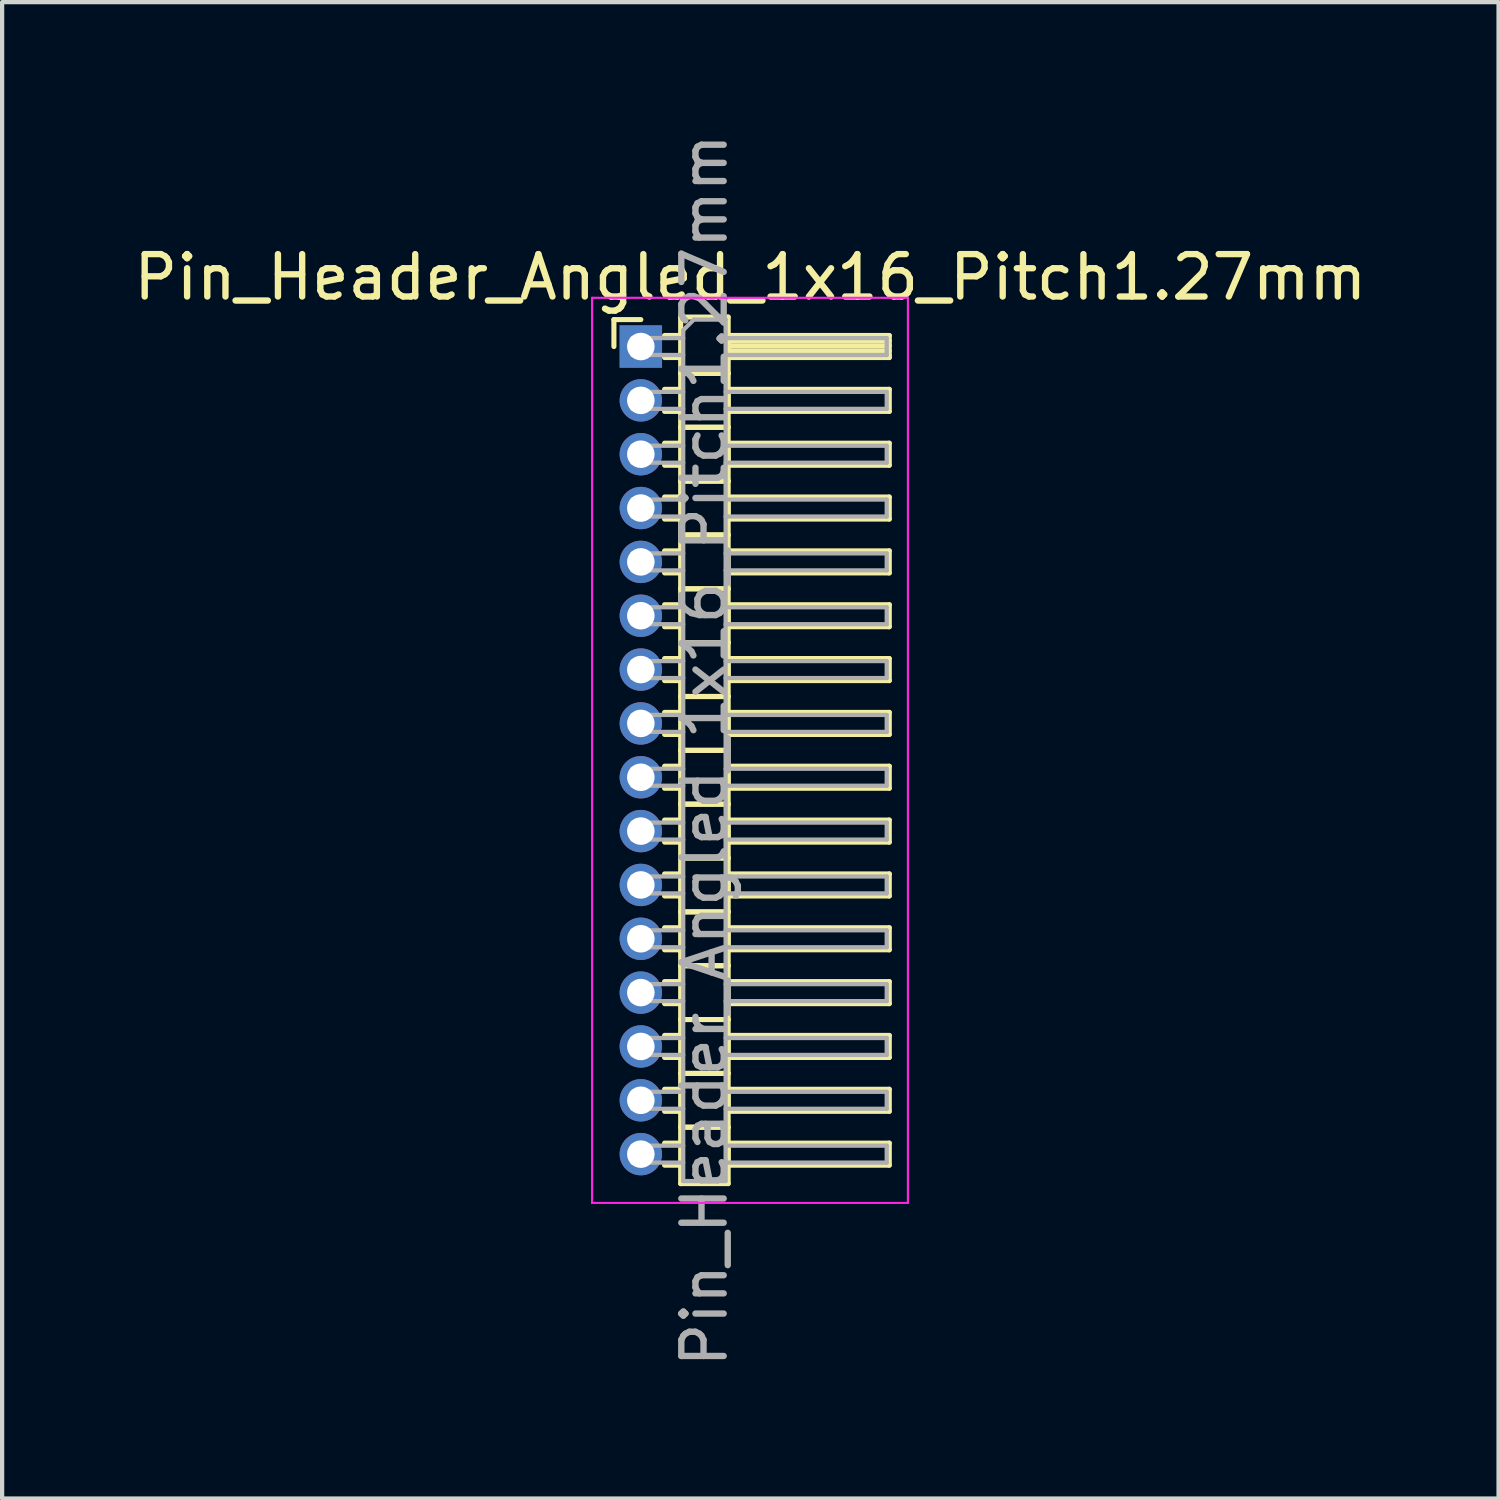
<source format=kicad_pcb>
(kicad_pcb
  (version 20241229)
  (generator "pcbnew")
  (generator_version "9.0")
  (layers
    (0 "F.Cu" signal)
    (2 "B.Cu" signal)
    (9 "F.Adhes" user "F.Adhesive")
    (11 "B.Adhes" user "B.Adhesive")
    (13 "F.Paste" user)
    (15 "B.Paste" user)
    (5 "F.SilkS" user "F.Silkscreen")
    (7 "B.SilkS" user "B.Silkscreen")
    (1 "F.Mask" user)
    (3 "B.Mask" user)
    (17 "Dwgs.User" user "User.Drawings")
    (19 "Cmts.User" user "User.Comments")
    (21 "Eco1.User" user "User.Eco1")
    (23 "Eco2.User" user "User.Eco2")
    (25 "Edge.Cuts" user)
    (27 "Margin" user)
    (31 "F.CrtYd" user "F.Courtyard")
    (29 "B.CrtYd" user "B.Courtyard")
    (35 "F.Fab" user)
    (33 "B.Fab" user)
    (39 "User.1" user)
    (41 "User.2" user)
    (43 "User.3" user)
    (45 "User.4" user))
  (footprint "Pin_Header_Angled_1x16_Pitch1.27mm"
    (layer "F.Cu")
    (at 12.066 5.124)
    (property "Reference" "Pin_Header_Angled_1x16_Pitch1.27mm" (at 2.583 -1.635 0) (layer "F.SilkS") (effects (font (size 1 1) (thickness 0.15))))
    (attr through_hole)
    (fp_line (start -0.635 -0.635) (end 0 -0.635) (stroke (width 0.12) (type solid)) (layer "F.SilkS"))
    (fp_line (start -0.635 0) (end -0.635 -0.635) (stroke (width 0.12) (type solid)) (layer "F.SilkS"))
    (fp_line (start 0.56 -0.26) (end 0.94 -0.26) (stroke (width 0.12) (type solid)) (layer "F.SilkS"))
    (fp_line (start 0.56 0.26) (end 0.94 0.26) (stroke (width 0.12) (type solid)) (layer "F.SilkS"))
    (fp_line (start 0.56 1.01) (end 0.94 1.01) (stroke (width 0.12) (type solid)) (layer "F.SilkS"))
    (fp_line (start 0.56 1.53) (end 0.94 1.53) (stroke (width 0.12) (type solid)) (layer "F.SilkS"))
    (fp_line (start 0.56 2.28) (end 0.94 2.28) (stroke (width 0.12) (type solid)) (layer "F.SilkS"))
    (fp_line (start 0.56 2.8) (end 0.94 2.8) (stroke (width 0.12) (type solid)) (layer "F.SilkS"))
    (fp_line (start 0.56 3.55) (end 0.94 3.55) (stroke (width 0.12) (type solid)) (layer "F.SilkS"))
    (fp_line (start 0.56 4.07) (end 0.94 4.07) (stroke (width 0.12) (type solid)) (layer "F.SilkS"))
    (fp_line (start 0.56 4.82) (end 0.94 4.82) (stroke (width 0.12) (type solid)) (layer "F.SilkS"))
    (fp_line (start 0.56 5.34) (end 0.94 5.34) (stroke (width 0.12) (type solid)) (layer "F.SilkS"))
    (fp_line (start 0.56 6.09) (end 0.94 6.09) (stroke (width 0.12) (type solid)) (layer "F.SilkS"))
    (fp_line (start 0.56 6.61) (end 0.94 6.61) (stroke (width 0.12) (type solid)) (layer "F.SilkS"))
    (fp_line (start 0.56 7.36) (end 0.94 7.36) (stroke (width 0.12) (type solid)) (layer "F.SilkS"))
    (fp_line (start 0.56 7.88) (end 0.94 7.88) (stroke (width 0.12) (type solid)) (layer "F.SilkS"))
    (fp_line (start 0.56 8.63) (end 0.94 8.63) (stroke (width 0.12) (type solid)) (layer "F.SilkS"))
    (fp_line (start 0.56 9.15) (end 0.94 9.15) (stroke (width 0.12) (type solid)) (layer "F.SilkS"))
    (fp_line (start 0.56 9.9) (end 0.94 9.9) (stroke (width 0.12) (type solid)) (layer "F.SilkS"))
    (fp_line (start 0.56 10.42) (end 0.94 10.42) (stroke (width 0.12) (type solid)) (layer "F.SilkS"))
    (fp_line (start 0.56 11.17) (end 0.94 11.17) (stroke (width 0.12) (type solid)) (layer "F.SilkS"))
    (fp_line (start 0.56 11.69) (end 0.94 11.69) (stroke (width 0.12) (type solid)) (layer "F.SilkS"))
    (fp_line (start 0.56 12.44) (end 0.94 12.44) (stroke (width 0.12) (type solid)) (layer "F.SilkS"))
    (fp_line (start 0.56 12.96) (end 0.94 12.96) (stroke (width 0.12) (type solid)) (layer "F.SilkS"))
    (fp_line (start 0.56 13.71) (end 0.94 13.71) (stroke (width 0.12) (type solid)) (layer "F.SilkS"))
    (fp_line (start 0.56 14.23) (end 0.94 14.23) (stroke (width 0.12) (type solid)) (layer "F.SilkS"))
    (fp_line (start 0.56 14.98) (end 0.94 14.98) (stroke (width 0.12) (type solid)) (layer "F.SilkS"))
    (fp_line (start 0.56 15.5) (end 0.94 15.5) (stroke (width 0.12) (type solid)) (layer "F.SilkS"))
    (fp_line (start 0.56 16.25) (end 0.94 16.25) (stroke (width 0.12) (type solid)) (layer "F.SilkS"))
    (fp_line (start 0.56 16.77) (end 0.94 16.77) (stroke (width 0.12) (type solid)) (layer "F.SilkS"))
    (fp_line (start 0.56 17.52) (end 0.94 17.52) (stroke (width 0.12) (type solid)) (layer "F.SilkS"))
    (fp_line (start 0.56 18.04) (end 0.94 18.04) (stroke (width 0.12) (type solid)) (layer "F.SilkS"))
    (fp_line (start 0.56 18.79) (end 0.94 18.79) (stroke (width 0.12) (type solid)) (layer "F.SilkS"))
    (fp_line (start 0.56 19.31) (end 0.94 19.31) (stroke (width 0.12) (type solid)) (layer "F.SilkS"))
    (fp_line (start 0.94 -0.695) (end 0.94 0.635) (stroke (width 0.12) (type solid)) (layer "F.SilkS"))
    (fp_line (start 0.94 0.635) (end 0.94 1.905) (stroke (width 0.12) (type solid)) (layer "F.SilkS"))
    (fp_line (start 0.94 0.635) (end 2.06 0.635) (stroke (width 0.12) (type solid)) (layer "F.SilkS"))
    (fp_line (start 0.94 1.905) (end 0.94 3.175) (stroke (width 0.12) (type solid)) (layer "F.SilkS"))
    (fp_line (start 0.94 1.905) (end 2.06 1.905) (stroke (width 0.12) (type solid)) (layer "F.SilkS"))
    (fp_line (start 0.94 3.175) (end 0.94 4.445) (stroke (width 0.12) (type solid)) (layer "F.SilkS"))
    (fp_line (start 0.94 3.175) (end 2.06 3.175) (stroke (width 0.12) (type solid)) (layer "F.SilkS"))
    (fp_line (start 0.94 4.445) (end 0.94 5.715) (stroke (width 0.12) (type solid)) (layer "F.SilkS"))
    (fp_line (start 0.94 4.445) (end 2.06 4.445) (stroke (width 0.12) (type solid)) (layer "F.SilkS"))
    (fp_line (start 0.94 5.715) (end 0.94 6.985) (stroke (width 0.12) (type solid)) (layer "F.SilkS"))
    (fp_line (start 0.94 5.715) (end 2.06 5.715) (stroke (width 0.12) (type solid)) (layer "F.SilkS"))
    (fp_line (start 0.94 6.985) (end 0.94 8.255) (stroke (width 0.12) (type solid)) (layer "F.SilkS"))
    (fp_line (start 0.94 6.985) (end 2.06 6.985) (stroke (width 0.12) (type solid)) (layer "F.SilkS"))
    (fp_line (start 0.94 8.255) (end 0.94 9.525) (stroke (width 0.12) (type solid)) (layer "F.SilkS"))
    (fp_line (start 0.94 8.255) (end 2.06 8.255) (stroke (width 0.12) (type solid)) (layer "F.SilkS"))
    (fp_line (start 0.94 9.525) (end 0.94 10.795) (stroke (width 0.12) (type solid)) (layer "F.SilkS"))
    (fp_line (start 0.94 9.525) (end 2.06 9.525) (stroke (width 0.12) (type solid)) (layer "F.SilkS"))
    (fp_line (start 0.94 10.795) (end 0.94 12.065) (stroke (width 0.12) (type solid)) (layer "F.SilkS"))
    (fp_line (start 0.94 10.795) (end 2.06 10.795) (stroke (width 0.12) (type solid)) (layer "F.SilkS"))
    (fp_line (start 0.94 12.065) (end 0.94 13.335) (stroke (width 0.12) (type solid)) (layer "F.SilkS"))
    (fp_line (start 0.94 12.065) (end 2.06 12.065) (stroke (width 0.12) (type solid)) (layer "F.SilkS"))
    (fp_line (start 0.94 13.335) (end 0.94 14.605) (stroke (width 0.12) (type solid)) (layer "F.SilkS"))
    (fp_line (start 0.94 13.335) (end 2.06 13.335) (stroke (width 0.12) (type solid)) (layer "F.SilkS"))
    (fp_line (start 0.94 14.605) (end 0.94 15.875) (stroke (width 0.12) (type solid)) (layer "F.SilkS"))
    (fp_line (start 0.94 14.605) (end 2.06 14.605) (stroke (width 0.12) (type solid)) (layer "F.SilkS"))
    (fp_line (start 0.94 15.875) (end 0.94 17.145) (stroke (width 0.12) (type solid)) (layer "F.SilkS"))
    (fp_line (start 0.94 15.875) (end 2.06 15.875) (stroke (width 0.12) (type solid)) (layer "F.SilkS"))
    (fp_line (start 0.94 17.145) (end 0.94 18.415) (stroke (width 0.12) (type solid)) (layer "F.SilkS"))
    (fp_line (start 0.94 17.145) (end 2.06 17.145) (stroke (width 0.12) (type solid)) (layer "F.SilkS"))
    (fp_line (start 0.94 18.415) (end 0.94 19.745) (stroke (width 0.12) (type solid)) (layer "F.SilkS"))
    (fp_line (start 0.94 18.415) (end 2.06 18.415) (stroke (width 0.12) (type solid)) (layer "F.SilkS"))
    (fp_line (start 0.94 19.745) (end 2.06 19.745) (stroke (width 0.12) (type solid)) (layer "F.SilkS"))
    (fp_line (start 2.06 -0.695) (end 0.94 -0.695) (stroke (width 0.12) (type solid)) (layer "F.SilkS"))
    (fp_line (start 2.06 -0.26) (end 2.06 0.26) (stroke (width 0.12) (type solid)) (layer "F.SilkS"))
    (fp_line (start 2.06 -0.14) (end 5.86 -0.14) (stroke (width 0.12) (type solid)) (layer "F.SilkS"))
    (fp_line (start 2.06 -0.02) (end 5.86 -0.02) (stroke (width 0.12) (type solid)) (layer "F.SilkS"))
    (fp_line (start 2.06 0.1) (end 5.86 0.1) (stroke (width 0.12) (type solid)) (layer "F.SilkS"))
    (fp_line (start 2.06 0.22) (end 5.86 0.22) (stroke (width 0.12) (type solid)) (layer "F.SilkS"))
    (fp_line (start 2.06 0.26) (end 5.86 0.26) (stroke (width 0.12) (type solid)) (layer "F.SilkS"))
    (fp_line (start 2.06 0.635) (end 0.94 0.635) (stroke (width 0.12) (type solid)) (layer "F.SilkS"))
    (fp_line (start 2.06 0.635) (end 2.06 -0.695) (stroke (width 0.12) (type solid)) (layer "F.SilkS"))
    (fp_line (start 2.06 1.01) (end 2.06 1.53) (stroke (width 0.12) (type solid)) (layer "F.SilkS"))
    (fp_line (start 2.06 1.53) (end 5.86 1.53) (stroke (width 0.12) (type solid)) (layer "F.SilkS"))
    (fp_line (start 2.06 1.905) (end 0.94 1.905) (stroke (width 0.12) (type solid)) (layer "F.SilkS"))
    (fp_line (start 2.06 1.905) (end 2.06 0.635) (stroke (width 0.12) (type solid)) (layer "F.SilkS"))
    (fp_line (start 2.06 2.28) (end 2.06 2.8) (stroke (width 0.12) (type solid)) (layer "F.SilkS"))
    (fp_line (start 2.06 2.8) (end 5.86 2.8) (stroke (width 0.12) (type solid)) (layer "F.SilkS"))
    (fp_line (start 2.06 3.175) (end 0.94 3.175) (stroke (width 0.12) (type solid)) (layer "F.SilkS"))
    (fp_line (start 2.06 3.175) (end 2.06 1.905) (stroke (width 0.12) (type solid)) (layer "F.SilkS"))
    (fp_line (start 2.06 3.55) (end 2.06 4.07) (stroke (width 0.12) (type solid)) (layer "F.SilkS"))
    (fp_line (start 2.06 4.07) (end 5.86 4.07) (stroke (width 0.12) (type solid)) (layer "F.SilkS"))
    (fp_line (start 2.06 4.445) (end 0.94 4.445) (stroke (width 0.12) (type solid)) (layer "F.SilkS"))
    (fp_line (start 2.06 4.445) (end 2.06 3.175) (stroke (width 0.12) (type solid)) (layer "F.SilkS"))
    (fp_line (start 2.06 4.82) (end 2.06 5.34) (stroke (width 0.12) (type solid)) (layer "F.SilkS"))
    (fp_line (start 2.06 5.34) (end 5.86 5.34) (stroke (width 0.12) (type solid)) (layer "F.SilkS"))
    (fp_line (start 2.06 5.715) (end 0.94 5.715) (stroke (width 0.12) (type solid)) (layer "F.SilkS"))
    (fp_line (start 2.06 5.715) (end 2.06 4.445) (stroke (width 0.12) (type solid)) (layer "F.SilkS"))
    (fp_line (start 2.06 6.09) (end 2.06 6.61) (stroke (width 0.12) (type solid)) (layer "F.SilkS"))
    (fp_line (start 2.06 6.61) (end 5.86 6.61) (stroke (width 0.12) (type solid)) (layer "F.SilkS"))
    (fp_line (start 2.06 6.985) (end 0.94 6.985) (stroke (width 0.12) (type solid)) (layer "F.SilkS"))
    (fp_line (start 2.06 6.985) (end 2.06 5.715) (stroke (width 0.12) (type solid)) (layer "F.SilkS"))
    (fp_line (start 2.06 7.36) (end 2.06 7.88) (stroke (width 0.12) (type solid)) (layer "F.SilkS"))
    (fp_line (start 2.06 7.88) (end 5.86 7.88) (stroke (width 0.12) (type solid)) (layer "F.SilkS"))
    (fp_line (start 2.06 8.255) (end 0.94 8.255) (stroke (width 0.12) (type solid)) (layer "F.SilkS"))
    (fp_line (start 2.06 8.255) (end 2.06 6.985) (stroke (width 0.12) (type solid)) (layer "F.SilkS"))
    (fp_line (start 2.06 8.63) (end 2.06 9.15) (stroke (width 0.12) (type solid)) (layer "F.SilkS"))
    (fp_line (start 2.06 9.15) (end 5.86 9.15) (stroke (width 0.12) (type solid)) (layer "F.SilkS"))
    (fp_line (start 2.06 9.525) (end 0.94 9.525) (stroke (width 0.12) (type solid)) (layer "F.SilkS"))
    (fp_line (start 2.06 9.525) (end 2.06 8.255) (stroke (width 0.12) (type solid)) (layer "F.SilkS"))
    (fp_line (start 2.06 9.9) (end 2.06 10.42) (stroke (width 0.12) (type solid)) (layer "F.SilkS"))
    (fp_line (start 2.06 10.42) (end 5.86 10.42) (stroke (width 0.12) (type solid)) (layer "F.SilkS"))
    (fp_line (start 2.06 10.795) (end 0.94 10.795) (stroke (width 0.12) (type solid)) (layer "F.SilkS"))
    (fp_line (start 2.06 10.795) (end 2.06 9.525) (stroke (width 0.12) (type solid)) (layer "F.SilkS"))
    (fp_line (start 2.06 11.17) (end 2.06 11.69) (stroke (width 0.12) (type solid)) (layer "F.SilkS"))
    (fp_line (start 2.06 11.69) (end 5.86 11.69) (stroke (width 0.12) (type solid)) (layer "F.SilkS"))
    (fp_line (start 2.06 12.065) (end 0.94 12.065) (stroke (width 0.12) (type solid)) (layer "F.SilkS"))
    (fp_line (start 2.06 12.065) (end 2.06 10.795) (stroke (width 0.12) (type solid)) (layer "F.SilkS"))
    (fp_line (start 2.06 12.44) (end 2.06 12.96) (stroke (width 0.12) (type solid)) (layer "F.SilkS"))
    (fp_line (start 2.06 12.96) (end 5.86 12.96) (stroke (width 0.12) (type solid)) (layer "F.SilkS"))
    (fp_line (start 2.06 13.335) (end 0.94 13.335) (stroke (width 0.12) (type solid)) (layer "F.SilkS"))
    (fp_line (start 2.06 13.335) (end 2.06 12.065) (stroke (width 0.12) (type solid)) (layer "F.SilkS"))
    (fp_line (start 2.06 13.71) (end 2.06 14.23) (stroke (width 0.12) (type solid)) (layer "F.SilkS"))
    (fp_line (start 2.06 14.23) (end 5.86 14.23) (stroke (width 0.12) (type solid)) (layer "F.SilkS"))
    (fp_line (start 2.06 14.605) (end 0.94 14.605) (stroke (width 0.12) (type solid)) (layer "F.SilkS"))
    (fp_line (start 2.06 14.605) (end 2.06 13.335) (stroke (width 0.12) (type solid)) (layer "F.SilkS"))
    (fp_line (start 2.06 14.98) (end 2.06 15.5) (stroke (width 0.12) (type solid)) (layer "F.SilkS"))
    (fp_line (start 2.06 15.5) (end 5.86 15.5) (stroke (width 0.12) (type solid)) (layer "F.SilkS"))
    (fp_line (start 2.06 15.875) (end 0.94 15.875) (stroke (width 0.12) (type solid)) (layer "F.SilkS"))
    (fp_line (start 2.06 15.875) (end 2.06 14.605) (stroke (width 0.12) (type solid)) (layer "F.SilkS"))
    (fp_line (start 2.06 16.25) (end 2.06 16.77) (stroke (width 0.12) (type solid)) (layer "F.SilkS"))
    (fp_line (start 2.06 16.77) (end 5.86 16.77) (stroke (width 0.12) (type solid)) (layer "F.SilkS"))
    (fp_line (start 2.06 17.145) (end 0.94 17.145) (stroke (width 0.12) (type solid)) (layer "F.SilkS"))
    (fp_line (start 2.06 17.145) (end 2.06 15.875) (stroke (width 0.12) (type solid)) (layer "F.SilkS"))
    (fp_line (start 2.06 17.52) (end 2.06 18.04) (stroke (width 0.12) (type solid)) (layer "F.SilkS"))
    (fp_line (start 2.06 18.04) (end 5.86 18.04) (stroke (width 0.12) (type solid)) (layer "F.SilkS"))
    (fp_line (start 2.06 18.415) (end 0.94 18.415) (stroke (width 0.12) (type solid)) (layer "F.SilkS"))
    (fp_line (start 2.06 18.415) (end 2.06 17.145) (stroke (width 0.12) (type solid)) (layer "F.SilkS"))
    (fp_line (start 2.06 18.79) (end 2.06 19.31) (stroke (width 0.12) (type solid)) (layer "F.SilkS"))
    (fp_line (start 2.06 19.31) (end 5.86 19.31) (stroke (width 0.12) (type solid)) (layer "F.SilkS"))
    (fp_line (start 2.06 19.745) (end 2.06 18.415) (stroke (width 0.12) (type solid)) (layer "F.SilkS"))
    (fp_line (start 5.86 -0.26) (end 2.06 -0.26) (stroke (width 0.12) (type solid)) (layer "F.SilkS"))
    (fp_line (start 5.86 0.26) (end 5.86 -0.26) (stroke (width 0.12) (type solid)) (layer "F.SilkS"))
    (fp_line (start 5.86 1.01) (end 2.06 1.01) (stroke (width 0.12) (type solid)) (layer "F.SilkS"))
    (fp_line (start 5.86 1.53) (end 5.86 1.01) (stroke (width 0.12) (type solid)) (layer "F.SilkS"))
    (fp_line (start 5.86 2.28) (end 2.06 2.28) (stroke (width 0.12) (type solid)) (layer "F.SilkS"))
    (fp_line (start 5.86 2.8) (end 5.86 2.28) (stroke (width 0.12) (type solid)) (layer "F.SilkS"))
    (fp_line (start 5.86 3.55) (end 2.06 3.55) (stroke (width 0.12) (type solid)) (layer "F.SilkS"))
    (fp_line (start 5.86 4.07) (end 5.86 3.55) (stroke (width 0.12) (type solid)) (layer "F.SilkS"))
    (fp_line (start 5.86 4.82) (end 2.06 4.82) (stroke (width 0.12) (type solid)) (layer "F.SilkS"))
    (fp_line (start 5.86 5.34) (end 5.86 4.82) (stroke (width 0.12) (type solid)) (layer "F.SilkS"))
    (fp_line (start 5.86 6.09) (end 2.06 6.09) (stroke (width 0.12) (type solid)) (layer "F.SilkS"))
    (fp_line (start 5.86 6.61) (end 5.86 6.09) (stroke (width 0.12) (type solid)) (layer "F.SilkS"))
    (fp_line (start 5.86 7.36) (end 2.06 7.36) (stroke (width 0.12) (type solid)) (layer "F.SilkS"))
    (fp_line (start 5.86 7.88) (end 5.86 7.36) (stroke (width 0.12) (type solid)) (layer "F.SilkS"))
    (fp_line (start 5.86 8.63) (end 2.06 8.63) (stroke (width 0.12) (type solid)) (layer "F.SilkS"))
    (fp_line (start 5.86 9.15) (end 5.86 8.63) (stroke (width 0.12) (type solid)) (layer "F.SilkS"))
    (fp_line (start 5.86 9.9) (end 2.06 9.9) (stroke (width 0.12) (type solid)) (layer "F.SilkS"))
    (fp_line (start 5.86 10.42) (end 5.86 9.9) (stroke (width 0.12) (type solid)) (layer "F.SilkS"))
    (fp_line (start 5.86 11.17) (end 2.06 11.17) (stroke (width 0.12) (type solid)) (layer "F.SilkS"))
    (fp_line (start 5.86 11.69) (end 5.86 11.17) (stroke (width 0.12) (type solid)) (layer "F.SilkS"))
    (fp_line (start 5.86 12.44) (end 2.06 12.44) (stroke (width 0.12) (type solid)) (layer "F.SilkS"))
    (fp_line (start 5.86 12.96) (end 5.86 12.44) (stroke (width 0.12) (type solid)) (layer "F.SilkS"))
    (fp_line (start 5.86 13.71) (end 2.06 13.71) (stroke (width 0.12) (type solid)) (layer "F.SilkS"))
    (fp_line (start 5.86 14.23) (end 5.86 13.71) (stroke (width 0.12) (type solid)) (layer "F.SilkS"))
    (fp_line (start 5.86 14.98) (end 2.06 14.98) (stroke (width 0.12) (type solid)) (layer "F.SilkS"))
    (fp_line (start 5.86 15.5) (end 5.86 14.98) (stroke (width 0.12) (type solid)) (layer "F.SilkS"))
    (fp_line (start 5.86 16.25) (end 2.06 16.25) (stroke (width 0.12) (type solid)) (layer "F.SilkS"))
    (fp_line (start 5.86 16.77) (end 5.86 16.25) (stroke (width 0.12) (type solid)) (layer "F.SilkS"))
    (fp_line (start 5.86 17.52) (end 2.06 17.52) (stroke (width 0.12) (type solid)) (layer "F.SilkS"))
    (fp_line (start 5.86 18.04) (end 5.86 17.52) (stroke (width 0.12) (type solid)) (layer "F.SilkS"))
    (fp_line (start 5.86 18.79) (end 2.06 18.79) (stroke (width 0.12) (type solid)) (layer "F.SilkS"))
    (fp_line (start 5.86 19.31) (end 5.86 18.79) (stroke (width 0.12) (type solid)) (layer "F.SilkS"))
    (fp_line (start -1.15 -1.15) (end -1.15 20.2) (stroke (width 0.05) (type solid)) (layer "F.CrtYd"))
    (fp_line (start -1.15 20.2) (end 6.3 20.2) (stroke (width 0.05) (type solid)) (layer "F.CrtYd"))
    (fp_line (start 6.3 -1.15) (end -1.15 -1.15) (stroke (width 0.05) (type solid)) (layer "F.CrtYd"))
    (fp_line (start 6.3 20.2) (end 6.3 -1.15) (stroke (width 0.05) (type solid)) (layer "F.CrtYd"))
    (fp_line (start -0.2 -0.2) (end -0.2 0.2) (stroke (width 0.1) (type solid)) (layer "F.Fab"))
    (fp_line (start -0.2 -0.2) (end 1 -0.2) (stroke (width 0.1) (type solid)) (layer "F.Fab"))
    (fp_line (start -0.2 0.2) (end 1 0.2) (stroke (width 0.1) (type solid)) (layer "F.Fab"))
    (fp_line (start -0.2 1.07) (end -0.2 1.47) (stroke (width 0.1) (type solid)) (layer "F.Fab"))
    (fp_line (start -0.2 1.07) (end 1 1.07) (stroke (width 0.1) (type solid)) (layer "F.Fab"))
    (fp_line (start -0.2 1.47) (end 1 1.47) (stroke (width 0.1) (type solid)) (layer "F.Fab"))
    (fp_line (start -0.2 2.34) (end -0.2 2.74) (stroke (width 0.1) (type solid)) (layer "F.Fab"))
    (fp_line (start -0.2 2.34) (end 1 2.34) (stroke (width 0.1) (type solid)) (layer "F.Fab"))
    (fp_line (start -0.2 2.74) (end 1 2.74) (stroke (width 0.1) (type solid)) (layer "F.Fab"))
    (fp_line (start -0.2 3.61) (end -0.2 4.01) (stroke (width 0.1) (type solid)) (layer "F.Fab"))
    (fp_line (start -0.2 3.61) (end 1 3.61) (stroke (width 0.1) (type solid)) (layer "F.Fab"))
    (fp_line (start -0.2 4.01) (end 1 4.01) (stroke (width 0.1) (type solid)) (layer "F.Fab"))
    (fp_line (start -0.2 4.88) (end -0.2 5.28) (stroke (width 0.1) (type solid)) (layer "F.Fab"))
    (fp_line (start -0.2 4.88) (end 1 4.88) (stroke (width 0.1) (type solid)) (layer "F.Fab"))
    (fp_line (start -0.2 5.28) (end 1 5.28) (stroke (width 0.1) (type solid)) (layer "F.Fab"))
    (fp_line (start -0.2 6.15) (end -0.2 6.55) (stroke (width 0.1) (type solid)) (layer "F.Fab"))
    (fp_line (start -0.2 6.15) (end 1 6.15) (stroke (width 0.1) (type solid)) (layer "F.Fab"))
    (fp_line (start -0.2 6.55) (end 1 6.55) (stroke (width 0.1) (type solid)) (layer "F.Fab"))
    (fp_line (start -0.2 7.42) (end -0.2 7.82) (stroke (width 0.1) (type solid)) (layer "F.Fab"))
    (fp_line (start -0.2 7.42) (end 1 7.42) (stroke (width 0.1) (type solid)) (layer "F.Fab"))
    (fp_line (start -0.2 7.82) (end 1 7.82) (stroke (width 0.1) (type solid)) (layer "F.Fab"))
    (fp_line (start -0.2 8.69) (end -0.2 9.09) (stroke (width 0.1) (type solid)) (layer "F.Fab"))
    (fp_line (start -0.2 8.69) (end 1 8.69) (stroke (width 0.1) (type solid)) (layer "F.Fab"))
    (fp_line (start -0.2 9.09) (end 1 9.09) (stroke (width 0.1) (type solid)) (layer "F.Fab"))
    (fp_line (start -0.2 9.96) (end -0.2 10.36) (stroke (width 0.1) (type solid)) (layer "F.Fab"))
    (fp_line (start -0.2 9.96) (end 1 9.96) (stroke (width 0.1) (type solid)) (layer "F.Fab"))
    (fp_line (start -0.2 10.36) (end 1 10.36) (stroke (width 0.1) (type solid)) (layer "F.Fab"))
    (fp_line (start -0.2 11.23) (end -0.2 11.63) (stroke (width 0.1) (type solid)) (layer "F.Fab"))
    (fp_line (start -0.2 11.23) (end 1 11.23) (stroke (width 0.1) (type solid)) (layer "F.Fab"))
    (fp_line (start -0.2 11.63) (end 1 11.63) (stroke (width 0.1) (type solid)) (layer "F.Fab"))
    (fp_line (start -0.2 12.5) (end -0.2 12.9) (stroke (width 0.1) (type solid)) (layer "F.Fab"))
    (fp_line (start -0.2 12.5) (end 1 12.5) (stroke (width 0.1) (type solid)) (layer "F.Fab"))
    (fp_line (start -0.2 12.9) (end 1 12.9) (stroke (width 0.1) (type solid)) (layer "F.Fab"))
    (fp_line (start -0.2 13.77) (end -0.2 14.17) (stroke (width 0.1) (type solid)) (layer "F.Fab"))
    (fp_line (start -0.2 13.77) (end 1 13.77) (stroke (width 0.1) (type solid)) (layer "F.Fab"))
    (fp_line (start -0.2 14.17) (end 1 14.17) (stroke (width 0.1) (type solid)) (layer "F.Fab"))
    (fp_line (start -0.2 15.04) (end -0.2 15.44) (stroke (width 0.1) (type solid)) (layer "F.Fab"))
    (fp_line (start -0.2 15.04) (end 1 15.04) (stroke (width 0.1) (type solid)) (layer "F.Fab"))
    (fp_line (start -0.2 15.44) (end 1 15.44) (stroke (width 0.1) (type solid)) (layer "F.Fab"))
    (fp_line (start -0.2 16.31) (end -0.2 16.71) (stroke (width 0.1) (type solid)) (layer "F.Fab"))
    (fp_line (start -0.2 16.31) (end 1 16.31) (stroke (width 0.1) (type solid)) (layer "F.Fab"))
    (fp_line (start -0.2 16.71) (end 1 16.71) (stroke (width 0.1) (type solid)) (layer "F.Fab"))
    (fp_line (start -0.2 17.58) (end -0.2 17.98) (stroke (width 0.1) (type solid)) (layer "F.Fab"))
    (fp_line (start -0.2 17.58) (end 1 17.58) (stroke (width 0.1) (type solid)) (layer "F.Fab"))
    (fp_line (start -0.2 17.98) (end 1 17.98) (stroke (width 0.1) (type solid)) (layer "F.Fab"))
    (fp_line (start -0.2 18.85) (end -0.2 19.25) (stroke (width 0.1) (type solid)) (layer "F.Fab"))
    (fp_line (start -0.2 18.85) (end 1 18.85) (stroke (width 0.1) (type solid)) (layer "F.Fab"))
    (fp_line (start -0.2 19.25) (end 1 19.25) (stroke (width 0.1) (type solid)) (layer "F.Fab"))
    (fp_line (start 1 -0.385) (end 1.25 -0.635) (stroke (width 0.1) (type solid)) (layer "F.Fab"))
    (fp_line (start 1 19.685) (end 1 -0.385) (stroke (width 0.1) (type solid)) (layer "F.Fab"))
    (fp_line (start 1.25 -0.635) (end 2 -0.635) (stroke (width 0.1) (type solid)) (layer "F.Fab"))
    (fp_line (start 2 -0.635) (end 2 19.685) (stroke (width 0.1) (type solid)) (layer "F.Fab"))
    (fp_line (start 2 -0.2) (end 5.8 -0.2) (stroke (width 0.1) (type solid)) (layer "F.Fab"))
    (fp_line (start 2 0.2) (end 5.8 0.2) (stroke (width 0.1) (type solid)) (layer "F.Fab"))
    (fp_line (start 2 1.07) (end 5.8 1.07) (stroke (width 0.1) (type solid)) (layer "F.Fab"))
    (fp_line (start 2 1.47) (end 5.8 1.47) (stroke (width 0.1) (type solid)) (layer "F.Fab"))
    (fp_line (start 2 2.34) (end 5.8 2.34) (stroke (width 0.1) (type solid)) (layer "F.Fab"))
    (fp_line (start 2 2.74) (end 5.8 2.74) (stroke (width 0.1) (type solid)) (layer "F.Fab"))
    (fp_line (start 2 3.61) (end 5.8 3.61) (stroke (width 0.1) (type solid)) (layer "F.Fab"))
    (fp_line (start 2 4.01) (end 5.8 4.01) (stroke (width 0.1) (type solid)) (layer "F.Fab"))
    (fp_line (start 2 4.88) (end 5.8 4.88) (stroke (width 0.1) (type solid)) (layer "F.Fab"))
    (fp_line (start 2 5.28) (end 5.8 5.28) (stroke (width 0.1) (type solid)) (layer "F.Fab"))
    (fp_line (start 2 6.15) (end 5.8 6.15) (stroke (width 0.1) (type solid)) (layer "F.Fab"))
    (fp_line (start 2 6.55) (end 5.8 6.55) (stroke (width 0.1) (type solid)) (layer "F.Fab"))
    (fp_line (start 2 7.42) (end 5.8 7.42) (stroke (width 0.1) (type solid)) (layer "F.Fab"))
    (fp_line (start 2 7.82) (end 5.8 7.82) (stroke (width 0.1) (type solid)) (layer "F.Fab"))
    (fp_line (start 2 8.69) (end 5.8 8.69) (stroke (width 0.1) (type solid)) (layer "F.Fab"))
    (fp_line (start 2 9.09) (end 5.8 9.09) (stroke (width 0.1) (type solid)) (layer "F.Fab"))
    (fp_line (start 2 9.96) (end 5.8 9.96) (stroke (width 0.1) (type solid)) (layer "F.Fab"))
    (fp_line (start 2 10.36) (end 5.8 10.36) (stroke (width 0.1) (type solid)) (layer "F.Fab"))
    (fp_line (start 2 11.23) (end 5.8 11.23) (stroke (width 0.1) (type solid)) (layer "F.Fab"))
    (fp_line (start 2 11.63) (end 5.8 11.63) (stroke (width 0.1) (type solid)) (layer "F.Fab"))
    (fp_line (start 2 12.5) (end 5.8 12.5) (stroke (width 0.1) (type solid)) (layer "F.Fab"))
    (fp_line (start 2 12.9) (end 5.8 12.9) (stroke (width 0.1) (type solid)) (layer "F.Fab"))
    (fp_line (start 2 13.77) (end 5.8 13.77) (stroke (width 0.1) (type solid)) (layer "F.Fab"))
    (fp_line (start 2 14.17) (end 5.8 14.17) (stroke (width 0.1) (type solid)) (layer "F.Fab"))
    (fp_line (start 2 15.04) (end 5.8 15.04) (stroke (width 0.1) (type solid)) (layer "F.Fab"))
    (fp_line (start 2 15.44) (end 5.8 15.44) (stroke (width 0.1) (type solid)) (layer "F.Fab"))
    (fp_line (start 2 16.31) (end 5.8 16.31) (stroke (width 0.1) (type solid)) (layer "F.Fab"))
    (fp_line (start 2 16.71) (end 5.8 16.71) (stroke (width 0.1) (type solid)) (layer "F.Fab"))
    (fp_line (start 2 17.58) (end 5.8 17.58) (stroke (width 0.1) (type solid)) (layer "F.Fab"))
    (fp_line (start 2 17.98) (end 5.8 17.98) (stroke (width 0.1) (type solid)) (layer "F.Fab"))
    (fp_line (start 2 18.85) (end 5.8 18.85) (stroke (width 0.1) (type solid)) (layer "F.Fab"))
    (fp_line (start 2 19.25) (end 5.8 19.25) (stroke (width 0.1) (type solid)) (layer "F.Fab"))
    (fp_line (start 2 19.685) (end 1 19.685) (stroke (width 0.1) (type solid)) (layer "F.Fab"))
    (fp_line (start 5.8 -0.2) (end 5.8 0.2) (stroke (width 0.1) (type solid)) (layer "F.Fab"))
    (fp_line (start 5.8 1.07) (end 5.8 1.47) (stroke (width 0.1) (type solid)) (layer "F.Fab"))
    (fp_line (start 5.8 2.34) (end 5.8 2.74) (stroke (width 0.1) (type solid)) (layer "F.Fab"))
    (fp_line (start 5.8 3.61) (end 5.8 4.01) (stroke (width 0.1) (type solid)) (layer "F.Fab"))
    (fp_line (start 5.8 4.88) (end 5.8 5.28) (stroke (width 0.1) (type solid)) (layer "F.Fab"))
    (fp_line (start 5.8 6.15) (end 5.8 6.55) (stroke (width 0.1) (type solid)) (layer "F.Fab"))
    (fp_line (start 5.8 7.42) (end 5.8 7.82) (stroke (width 0.1) (type solid)) (layer "F.Fab"))
    (fp_line (start 5.8 8.69) (end 5.8 9.09) (stroke (width 0.1) (type solid)) (layer "F.Fab"))
    (fp_line (start 5.8 9.96) (end 5.8 10.36) (stroke (width 0.1) (type solid)) (layer "F.Fab"))
    (fp_line (start 5.8 11.23) (end 5.8 11.63) (stroke (width 0.1) (type solid)) (layer "F.Fab"))
    (fp_line (start 5.8 12.5) (end 5.8 12.9) (stroke (width 0.1) (type solid)) (layer "F.Fab"))
    (fp_line (start 5.8 13.77) (end 5.8 14.17) (stroke (width 0.1) (type solid)) (layer "F.Fab"))
    (fp_line (start 5.8 15.04) (end 5.8 15.44) (stroke (width 0.1) (type solid)) (layer "F.Fab"))
    (fp_line (start 5.8 16.31) (end 5.8 16.71) (stroke (width 0.1) (type solid)) (layer "F.Fab"))
    (fp_line (start 5.8 17.58) (end 5.8 17.98) (stroke (width 0.1) (type solid)) (layer "F.Fab"))
    (fp_line (start 5.8 18.85) (end 5.8 19.25) (stroke (width 0.1) (type solid)) (layer "F.Fab"))
    (fp_text user "${REFERENCE}" (at 1.5 9.525 90) (layer "F.Fab") (effects (font (size 1 1) (thickness 0.15))))
    (pad "1" thru_hole rect (at 0 0) (size 1 1) (drill 0.65) (layers "*.Cu" "*.Mask"))
    (pad "2" thru_hole oval (at 0 1.27) (size 1 1) (drill 0.65) (layers "*.Cu" "*.Mask"))
    (pad "3" thru_hole oval (at 0 2.54) (size 1 1) (drill 0.65) (layers "*.Cu" "*.Mask"))
    (pad "4" thru_hole oval (at 0 3.81) (size 1 1) (drill 0.65) (layers "*.Cu" "*.Mask"))
    (pad "5" thru_hole oval (at 0 5.08) (size 1 1) (drill 0.65) (layers "*.Cu" "*.Mask"))
    (pad "6" thru_hole oval (at 0 6.35) (size 1 1) (drill 0.65) (layers "*.Cu" "*.Mask"))
    (pad "7" thru_hole oval (at 0 7.62) (size 1 1) (drill 0.65) (layers "*.Cu" "*.Mask"))
    (pad "8" thru_hole oval (at 0 8.89) (size 1 1) (drill 0.65) (layers "*.Cu" "*.Mask"))
    (pad "9" thru_hole oval (at 0 10.16) (size 1 1) (drill 0.65) (layers "*.Cu" "*.Mask"))
    (pad "10" thru_hole oval (at 0 11.43) (size 1 1) (drill 0.65) (layers "*.Cu" "*.Mask"))
    (pad "11" thru_hole oval (at 0 12.7) (size 1 1) (drill 0.65) (layers "*.Cu" "*.Mask"))
    (pad "12" thru_hole oval (at 0 13.97) (size 1 1) (drill 0.65) (layers "*.Cu" "*.Mask"))
    (pad "13" thru_hole oval (at 0 15.24) (size 1 1) (drill 0.65) (layers "*.Cu" "*.Mask"))
    (pad "14" thru_hole oval (at 0 16.51) (size 1 1) (drill 0.65) (layers "*.Cu" "*.Mask"))
    (pad "15" thru_hole oval (at 0 17.78) (size 1 1) (drill 0.65) (layers "*.Cu" "*.Mask"))
    (pad "16" thru_hole oval (at 0 19.05) (size 1 1) (drill 0.65) (layers "*.Cu" "*.Mask")))
  (gr_rect
    (start -3 -3)
    (end 32.298 32.298)
    (stroke (width 0.1) (type default))
    (fill no)
    (layer "Edge.Cuts")))
</source>
